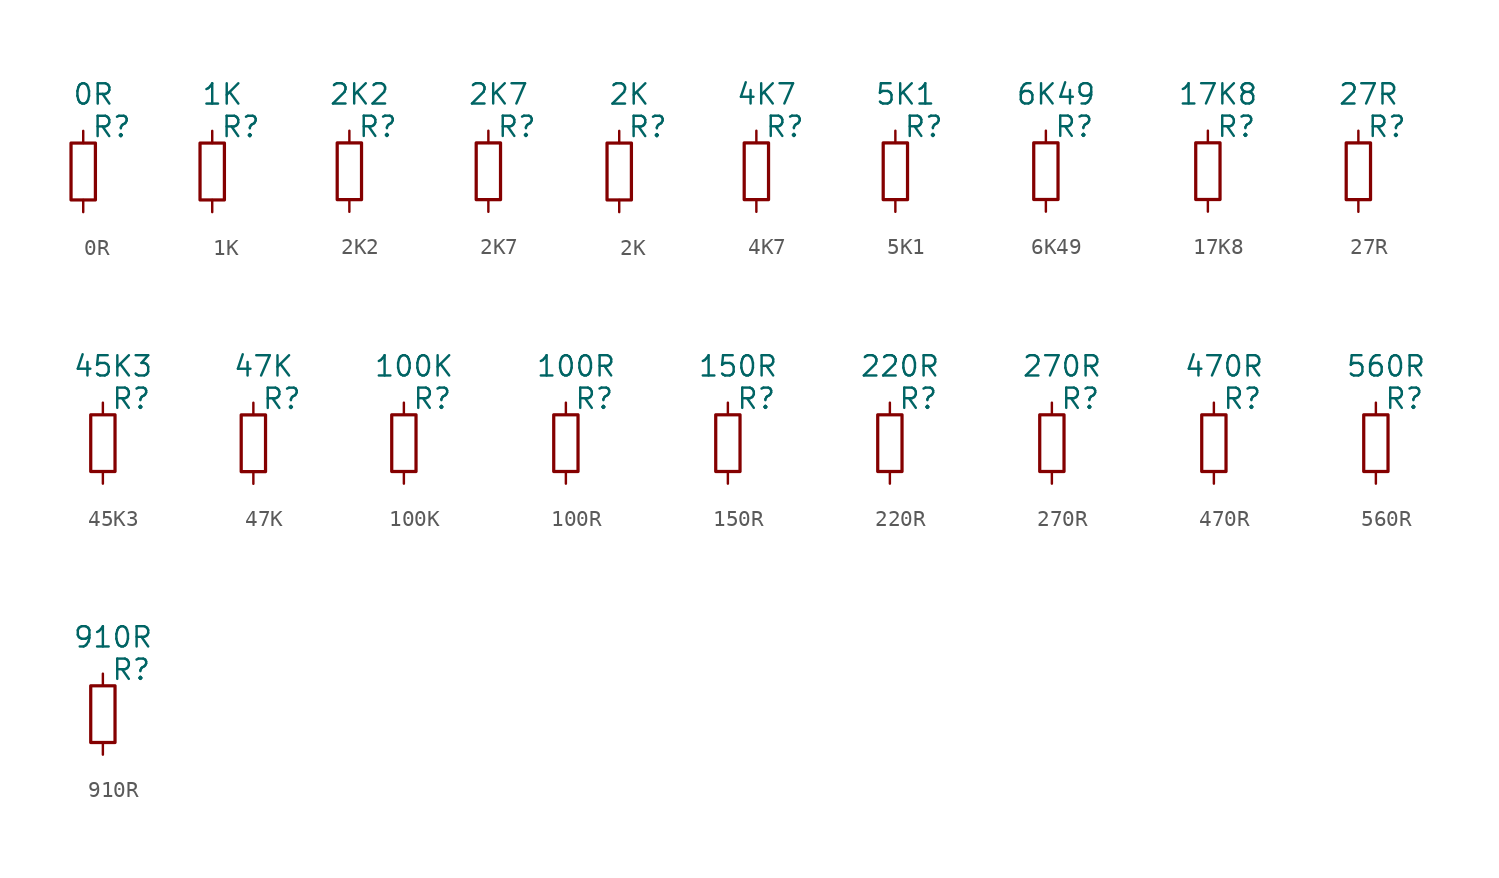
<source format=kicad_sym>
(kicad_symbol_lib
  (version 20241209)
  (generator "kicad_symbol_editor")
  (generator_version "9.0")
  (symbol "0R"
    (pin_numbers
      (hide yes))
    (pin_names
      (offset 0)
      (hide yes))
    (property "Reference" "R"
      (at 1.778 2.667 0)
      (effects (font (size 1.27 1.27))))
    (property "Value" "0R"
      (at 0.635 4.699 0)
      (effects (font (size 1.27 1.27))))
    (symbol "0R_1_1"
      (rectangle (start -0.762 1.651) (end 0.762 -1.905) (stroke (width 0.203) (type solid)) (fill (type none)))
      (pin passive line (at 0 2.413 270) (length 0.762) (name "~" (effects (font (size 1.27 1.27)))) (number "1" (effects (font (size 1.27 1.27)))))
      (pin passive line (at 0 -2.667 90) (length 0.762) (name "~" (effects (font (size 1.27 1.27)))) (number "2" (effects (font (size 1.27 1.27)))))))
  (symbol "1K"
    (pin_numbers
      (hide yes))
    (pin_names
      (offset 0)
      (hide yes))
    (property "Reference" "R"
      (at 1.778 2.667 0)
      (effects (font (size 1.27 1.27))))
    (property "Value" "1K"
      (at 0.635 4.699 0)
      (effects (font (size 1.27 1.27))))
    (symbol "1K_1_1"
      (rectangle (start -0.762 1.651) (end 0.762 -1.905) (stroke (width 0.203) (type solid)) (fill (type none)))
      (pin passive line (at 0 2.413 270) (length 0.762) (name "~" (effects (font (size 1.27 1.27)))) (number "1" (effects (font (size 1.27 1.27)))))
      (pin passive line (at 0 -2.667 90) (length 0.762) (name "~" (effects (font (size 1.27 1.27)))) (number "2" (effects (font (size 1.27 1.27)))))))
  (symbol "2K2"
    (pin_numbers
      (hide yes))
    (pin_names
      (offset 0)
      (hide yes))
    (property "Reference" "R"
      (at 1.778 2.667 0)
      (effects (font (size 1.27 1.27))))
    (property "Value" "2K2"
      (at 0.635 4.699 0)
      (effects (font (size 1.27 1.27))))
    (symbol "2K2_1_1"
      (rectangle (start -0.762 1.651) (end 0.762 -1.905) (stroke (width 0.203) (type solid)) (fill (type none)))
      (pin passive line (at 0 2.413 270) (length 0.762) (name "~" (effects (font (size 1.27 1.27)))) (number "1" (effects (font (size 1.27 1.27)))))
      (pin passive line (at 0 -2.667 90) (length 0.762) (name "~" (effects (font (size 1.27 1.27)))) (number "2" (effects (font (size 1.27 1.27)))))))
  (symbol "2K7"
    (pin_numbers
      (hide yes))
    (pin_names
      (offset 0)
      (hide yes))
    (property "Reference" "R"
      (at 1.778 2.667 0)
      (effects (font (size 1.27 1.27))))
    (property "Value" "2K7"
      (at 0.635 4.699 0)
      (effects (font (size 1.27 1.27))))
    (symbol "2K7_1_1"
      (rectangle (start -0.762 1.651) (end 0.762 -1.905) (stroke (width 0.203) (type solid)) (fill (type none)))
      (pin passive line (at 0 2.413 270) (length 0.762) (name "~" (effects (font (size 1.27 1.27)))) (number "1" (effects (font (size 1.27 1.27)))))
      (pin passive line (at 0 -2.667 90) (length 0.762) (name "~" (effects (font (size 1.27 1.27)))) (number "2" (effects (font (size 1.27 1.27)))))))
  (symbol "2K"
    (pin_numbers
      (hide yes))
    (pin_names
      (offset 0)
      (hide yes))
    (property "Reference" "R"
      (at 1.778 2.667 0)
      (effects (font (size 1.27 1.27))))
    (property "Value" "2K"
      (at 0.635 4.699 0)
      (effects (font (size 1.27 1.27))))
    (symbol "2K_1_1"
      (rectangle (start -0.762 1.651) (end 0.762 -1.905) (stroke (width 0.203) (type solid)) (fill (type none)))
      (pin passive line (at 0 2.413 270) (length 0.762) (name "~" (effects (font (size 1.27 1.27)))) (number "1" (effects (font (size 1.27 1.27)))))
      (pin passive line (at 0 -2.667 90) (length 0.762) (name "~" (effects (font (size 1.27 1.27)))) (number "2" (effects (font (size 1.27 1.27)))))))
  (symbol "4K7"
    (pin_numbers
      (hide yes))
    (pin_names
      (offset 0)
      (hide yes))
    (property "Reference" "R"
      (at 1.778 2.667 0)
      (effects (font (size 1.27 1.27))))
    (property "Value" "4K7"
      (at 0.635 4.699 0)
      (effects (font (size 1.27 1.27))))
    (symbol "4K7_1_1"
      (rectangle (start -0.762 1.651) (end 0.762 -1.905) (stroke (width 0.203) (type solid)) (fill (type none)))
      (pin passive line (at 0 2.413 270) (length 0.762) (name "~" (effects (font (size 1.27 1.27)))) (number "1" (effects (font (size 1.27 1.27)))))
      (pin passive line (at 0 -2.667 90) (length 0.762) (name "~" (effects (font (size 1.27 1.27)))) (number "2" (effects (font (size 1.27 1.27)))))))
  (symbol "5K1"
    (pin_numbers
      (hide yes))
    (pin_names
      (offset 0)
      (hide yes))
    (property "Reference" "R"
      (at 1.778 2.667 0)
      (effects (font (size 1.27 1.27))))
    (property "Value" "5K1"
      (at 0.635 4.699 0)
      (effects (font (size 1.27 1.27))))
    (symbol "5K1_1_1"
      (rectangle (start -0.762 1.651) (end 0.762 -1.905) (stroke (width 0.203) (type solid)) (fill (type none)))
      (pin passive line (at 0 2.413 270) (length 0.762) (name "~" (effects (font (size 1.27 1.27)))) (number "1" (effects (font (size 1.27 1.27)))))
      (pin passive line (at 0 -2.667 90) (length 0.762) (name "~" (effects (font (size 1.27 1.27)))) (number "2" (effects (font (size 1.27 1.27)))))))
  (symbol "6K49"
    (pin_numbers
      (hide yes))
    (pin_names
      (offset 0)
      (hide yes))
    (property "Reference" "R"
      (at 1.778 2.667 0)
      (effects (font (size 1.27 1.27))))
    (property "Value" "6K49"
      (at 0.635 4.699 0)
      (effects (font (size 1.27 1.27))))
    (symbol "6K49_1_1"
      (rectangle (start -0.762 1.651) (end 0.762 -1.905) (stroke (width 0.203) (type solid)) (fill (type none)))
      (pin passive line (at 0 2.413 270) (length 0.762) (name "~" (effects (font (size 1.27 1.27)))) (number "1" (effects (font (size 1.27 1.27)))))
      (pin passive line (at 0 -2.667 90) (length 0.762) (name "~" (effects (font (size 1.27 1.27)))) (number "2" (effects (font (size 1.27 1.27)))))))
  (symbol "17K8"
    (pin_numbers
      (hide yes))
    (pin_names
      (offset 0)
      (hide yes))
    (property "Reference" "R"
      (at 1.778 2.667 0)
      (effects (font (size 1.27 1.27))))
    (property "Value" "17K8"
      (at 0.635 4.699 0)
      (effects (font (size 1.27 1.27))))
    (symbol "17K8_1_1"
      (rectangle (start -0.762 1.651) (end 0.762 -1.905) (stroke (width 0.203) (type solid)) (fill (type none)))
      (pin passive line (at 0 2.413 270) (length 0.762) (name "~" (effects (font (size 1.27 1.27)))) (number "1" (effects (font (size 1.27 1.27)))))
      (pin passive line (at 0 -2.667 90) (length 0.762) (name "~" (effects (font (size 1.27 1.27)))) (number "2" (effects (font (size 1.27 1.27)))))))
  (symbol "27R"
    (pin_numbers
      (hide yes))
    (pin_names
      (offset 0)
      (hide yes))
    (property "Reference" "R"
      (at 1.778 2.667 0)
      (effects (font (size 1.27 1.27))))
    (property "Value" "27R"
      (at 0.635 4.699 0)
      (effects (font (size 1.27 1.27))))
    (symbol "27R_1_1"
      (rectangle (start -0.762 1.651) (end 0.762 -1.905) (stroke (width 0.203) (type solid)) (fill (type none)))
      (pin passive line (at 0 2.413 270) (length 0.762) (name "~" (effects (font (size 1.27 1.27)))) (number "1" (effects (font (size 1.27 1.27)))))
      (pin passive line (at 0 -2.667 90) (length 0.762) (name "~" (effects (font (size 1.27 1.27)))) (number "2" (effects (font (size 1.27 1.27)))))))
  (symbol "45K3"
    (pin_numbers
      (hide yes))
    (pin_names
      (offset 0)
      (hide yes))
    (property "Reference" "R"
      (at 1.778 2.667 0)
      (effects (font (size 1.27 1.27))))
    (property "Value" "45K3"
      (at 0.635 4.699 0)
      (effects (font (size 1.27 1.27))))
    (symbol "45K3_1_1"
      (rectangle (start -0.762 1.651) (end 0.762 -1.905) (stroke (width 0.203) (type solid)) (fill (type none)))
      (pin passive line (at 0 2.413 270) (length 0.762) (name "~" (effects (font (size 1.27 1.27)))) (number "1" (effects (font (size 1.27 1.27)))))
      (pin passive line (at 0 -2.667 90) (length 0.762) (name "~" (effects (font (size 1.27 1.27)))) (number "2" (effects (font (size 1.27 1.27)))))))
  (symbol "47K"
    (pin_numbers
      (hide yes))
    (pin_names
      (offset 0)
      (hide yes))
    (property "Reference" "R"
      (at 1.778 2.667 0)
      (effects (font (size 1.27 1.27))))
    (property "Value" "47K"
      (at 0.635 4.699 0)
      (effects (font (size 1.27 1.27))))
    (symbol "47K_1_1"
      (rectangle (start -0.762 1.651) (end 0.762 -1.905) (stroke (width 0.203) (type solid)) (fill (type none)))
      (pin passive line (at 0 2.413 270) (length 0.762) (name "~" (effects (font (size 1.27 1.27)))) (number "1" (effects (font (size 1.27 1.27)))))
      (pin passive line (at 0 -2.667 90) (length 0.762) (name "~" (effects (font (size 1.27 1.27)))) (number "2" (effects (font (size 1.27 1.27)))))))
  (symbol "100K"
    (pin_numbers
      (hide yes))
    (pin_names
      (offset 0)
      (hide yes))
    (property "Reference" "R"
      (at 1.778 2.667 0)
      (effects (font (size 1.27 1.27))))
    (property "Value" "100K"
      (at 0.635 4.699 0)
      (effects (font (size 1.27 1.27))))
    (symbol "100K_1_1"
      (rectangle (start -0.762 1.651) (end 0.762 -1.905) (stroke (width 0.203) (type solid)) (fill (type none)))
      (pin passive line (at 0 2.413 270) (length 0.762) (name "~" (effects (font (size 1.27 1.27)))) (number "1" (effects (font (size 1.27 1.27)))))
      (pin passive line (at 0 -2.667 90) (length 0.762) (name "~" (effects (font (size 1.27 1.27)))) (number "2" (effects (font (size 1.27 1.27)))))))
  (symbol "100R"
    (pin_numbers
      (hide yes))
    (pin_names
      (offset 0)
      (hide yes))
    (property "Reference" "R"
      (at 1.778 2.667 0)
      (effects (font (size 1.27 1.27))))
    (property "Value" "100R"
      (at 0.635 4.699 0)
      (effects (font (size 1.27 1.27))))
    (symbol "100R_1_1"
      (rectangle (start -0.762 1.651) (end 0.762 -1.905) (stroke (width 0.203) (type solid)) (fill (type none)))
      (pin passive line (at 0 2.413 270) (length 0.762) (name "~" (effects (font (size 1.27 1.27)))) (number "1" (effects (font (size 1.27 1.27)))))
      (pin passive line (at 0 -2.667 90) (length 0.762) (name "~" (effects (font (size 1.27 1.27)))) (number "2" (effects (font (size 1.27 1.27)))))))
  (symbol "150R"
    (pin_numbers
      (hide yes))
    (pin_names
      (offset 0)
      (hide yes))
    (property "Reference" "R"
      (at 1.778 2.667 0)
      (effects (font (size 1.27 1.27))))
    (property "Value" "150R"
      (at 0.635 4.699 0)
      (effects (font (size 1.27 1.27))))
    (symbol "150R_1_1"
      (rectangle (start -0.762 1.651) (end 0.762 -1.905) (stroke (width 0.203) (type solid)) (fill (type none)))
      (pin passive line (at 0 2.413 270) (length 0.762) (name "~" (effects (font (size 1.27 1.27)))) (number "1" (effects (font (size 1.27 1.27)))))
      (pin passive line (at 0 -2.667 90) (length 0.762) (name "~" (effects (font (size 1.27 1.27)))) (number "2" (effects (font (size 1.27 1.27)))))))
  (symbol "220R"
    (pin_numbers
      (hide yes))
    (pin_names
      (offset 0)
      (hide yes))
    (property "Reference" "R"
      (at 1.778 2.667 0)
      (effects (font (size 1.27 1.27))))
    (property "Value" "220R"
      (at 0.635 4.699 0)
      (effects (font (size 1.27 1.27))))
    (symbol "220R_1_1"
      (rectangle (start -0.762 1.651) (end 0.762 -1.905) (stroke (width 0.203) (type solid)) (fill (type none)))
      (pin passive line (at 0 2.413 270) (length 0.762) (name "~" (effects (font (size 1.27 1.27)))) (number "1" (effects (font (size 1.27 1.27)))))
      (pin passive line (at 0 -2.667 90) (length 0.762) (name "~" (effects (font (size 1.27 1.27)))) (number "2" (effects (font (size 1.27 1.27)))))))
  (symbol "270R"
    (pin_numbers
      (hide yes))
    (pin_names
      (offset 0)
      (hide yes))
    (property "Reference" "R"
      (at 1.778 2.667 0)
      (effects (font (size 1.27 1.27))))
    (property "Value" "270R"
      (at 0.635 4.699 0)
      (effects (font (size 1.27 1.27))))
    (symbol "270R_1_1"
      (rectangle (start -0.762 1.651) (end 0.762 -1.905) (stroke (width 0.203) (type solid)) (fill (type none)))
      (pin passive line (at 0 2.413 270) (length 0.762) (name "~" (effects (font (size 1.27 1.27)))) (number "1" (effects (font (size 1.27 1.27)))))
      (pin passive line (at 0 -2.667 90) (length 0.762) (name "~" (effects (font (size 1.27 1.27)))) (number "2" (effects (font (size 1.27 1.27)))))))
  (symbol "470R"
    (pin_numbers
      (hide yes))
    (pin_names
      (offset 0)
      (hide yes))
    (property "Reference" "R"
      (at 1.778 2.667 0)
      (effects (font (size 1.27 1.27))))
    (property "Value" "470R"
      (at 0.635 4.699 0)
      (effects (font (size 1.27 1.27))))
    (symbol "470R_1_1"
      (rectangle (start -0.762 1.651) (end 0.762 -1.905) (stroke (width 0.203) (type solid)) (fill (type none)))
      (pin passive line (at 0 2.413 270) (length 0.762) (name "~" (effects (font (size 1.27 1.27)))) (number "1" (effects (font (size 1.27 1.27)))))
      (pin passive line (at 0 -2.667 90) (length 0.762) (name "~" (effects (font (size 1.27 1.27)))) (number "2" (effects (font (size 1.27 1.27)))))))
  (symbol "560R"
    (pin_numbers
      (hide yes))
    (pin_names
      (offset 0)
      (hide yes))
    (property "Reference" "R"
      (at 1.778 2.667 0)
      (effects (font (size 1.27 1.27))))
    (property "Value" "560R"
      (at 0.635 4.699 0)
      (effects (font (size 1.27 1.27))))
    (symbol "560R_1_1"
      (rectangle (start -0.762 1.651) (end 0.762 -1.905) (stroke (width 0.203) (type solid)) (fill (type none)))
      (pin passive line (at 0 2.413 270) (length 0.762) (name "~" (effects (font (size 1.27 1.27)))) (number "1" (effects (font (size 1.27 1.27)))))
      (pin passive line (at 0 -2.667 90) (length 0.762) (name "~" (effects (font (size 1.27 1.27)))) (number "2" (effects (font (size 1.27 1.27)))))))
  (symbol "910R"
    (pin_numbers
      (hide yes))
    (pin_names
      (offset 0)
      (hide yes))
    (property "Reference" "R"
      (at 1.778 2.667 0)
      (effects (font (size 1.27 1.27))))
    (property "Value" "910R"
      (at 0.635 4.699 0)
      (effects (font (size 1.27 1.27))))
    (symbol "910R_1_1"
      (rectangle (start -0.762 1.651) (end 0.762 -1.905) (stroke (width 0.203) (type solid)) (fill (type none)))
      (pin passive line (at 0 2.413 270) (length 0.762) (name "~" (effects (font (size 1.27 1.27)))) (number "1" (effects (font (size 1.27 1.27)))))
      (pin passive line (at 0 -2.667 90) (length 0.762) (name "~" (effects (font (size 1.27 1.27)))) (number "2" (effects (font (size 1.27 1.27))))))))
</source>
